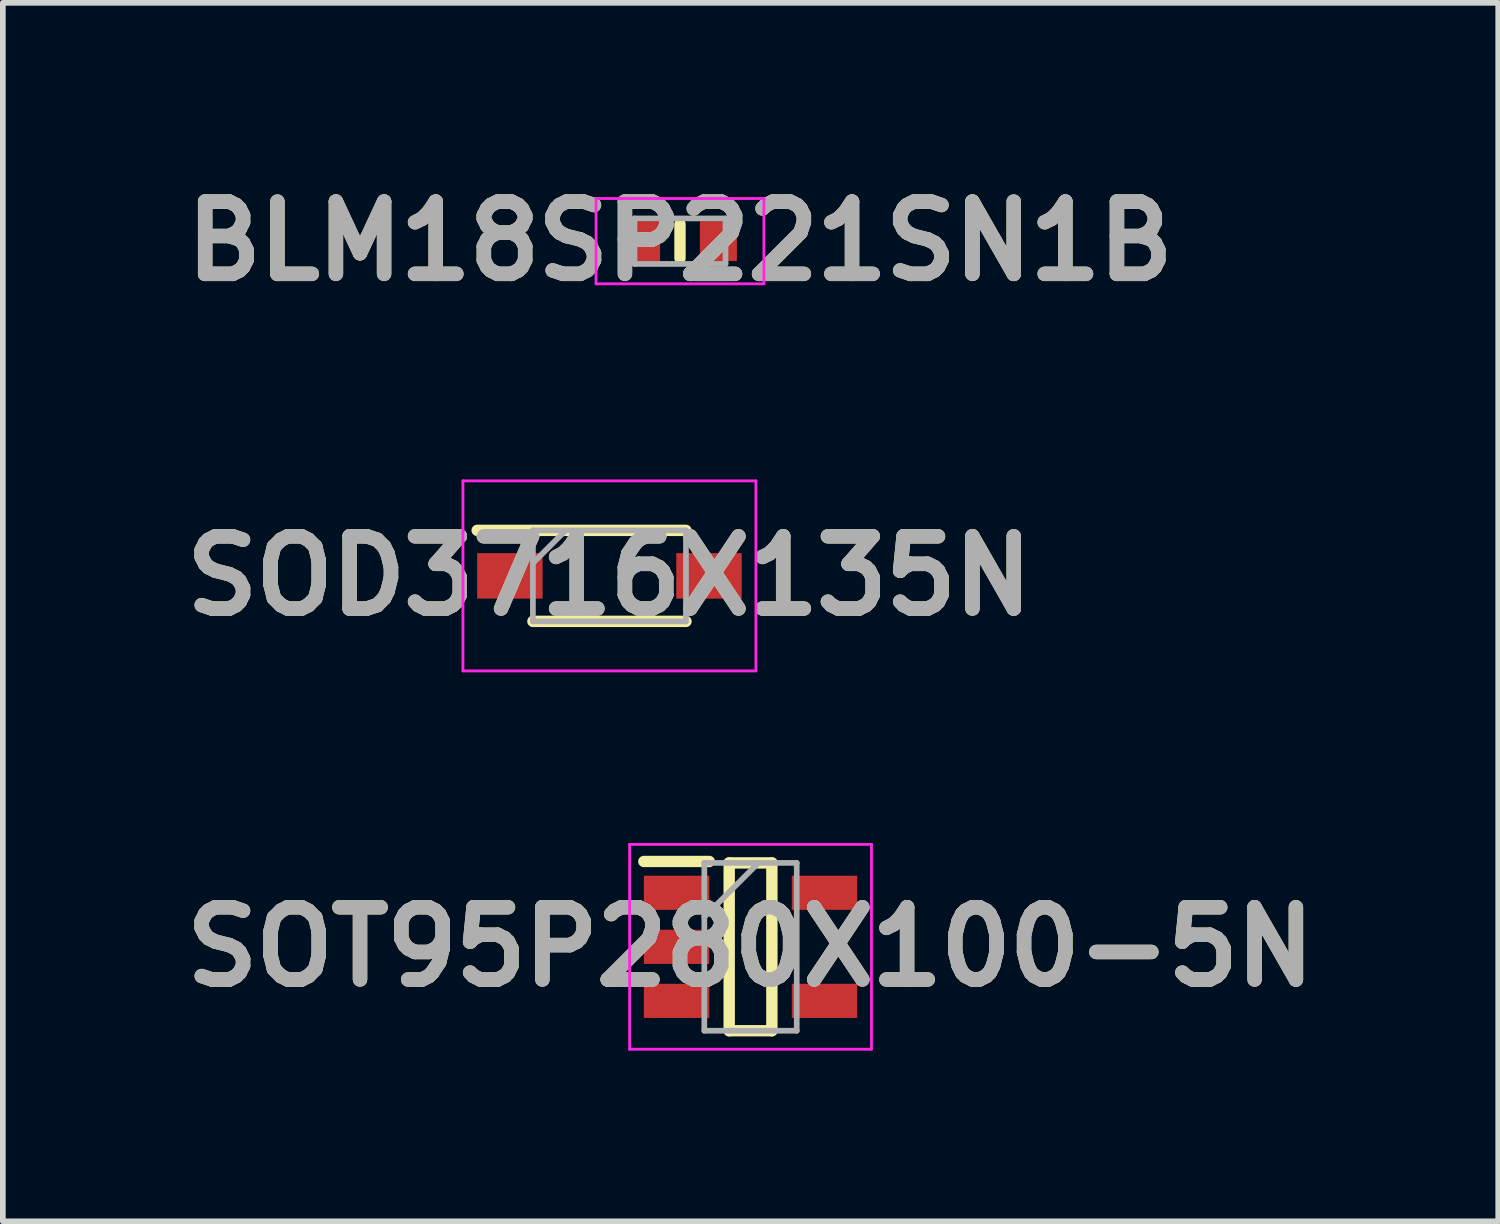
<source format=kicad_pcb>
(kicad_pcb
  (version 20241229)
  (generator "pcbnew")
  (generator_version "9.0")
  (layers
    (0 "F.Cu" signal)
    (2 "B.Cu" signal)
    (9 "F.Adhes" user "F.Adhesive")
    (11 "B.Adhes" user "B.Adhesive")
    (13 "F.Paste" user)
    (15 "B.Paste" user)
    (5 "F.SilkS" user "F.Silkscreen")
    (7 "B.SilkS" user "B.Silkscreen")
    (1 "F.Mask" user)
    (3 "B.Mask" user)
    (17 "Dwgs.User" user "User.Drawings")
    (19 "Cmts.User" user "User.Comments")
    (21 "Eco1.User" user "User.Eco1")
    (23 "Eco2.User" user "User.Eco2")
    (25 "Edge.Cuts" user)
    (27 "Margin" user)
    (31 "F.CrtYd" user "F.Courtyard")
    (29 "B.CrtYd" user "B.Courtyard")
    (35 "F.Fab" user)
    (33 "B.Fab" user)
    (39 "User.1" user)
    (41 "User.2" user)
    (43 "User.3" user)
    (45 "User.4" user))
  (footprint "SOD3716X135N"
    (layer "F.Cu")
    (at 7.662 7.072)
    (property "Reference" "SOD3716X135N" (at 0 0 0) (layer "F.SilkS") (effects (font (size 1.27 1.27) (thickness 0.254))))
    (attr smd)
    (fp_line (start -2.325 -0.8) (end 1.345 -0.8) (stroke (width 0.2) (type solid)) (layer "F.SilkS"))
    (fp_line (start -1.345 0.8) (end 1.345 0.8) (stroke (width 0.2) (type solid)) (layer "F.SilkS"))
    (fp_line (start -2.575 -1.67) (end 2.575 -1.67) (stroke (width 0.05) (type solid)) (layer "F.CrtYd"))
    (fp_line (start -2.575 1.67) (end -2.575 -1.67) (stroke (width 0.05) (type solid)) (layer "F.CrtYd"))
    (fp_line (start 2.575 -1.67) (end 2.575 1.67) (stroke (width 0.05) (type solid)) (layer "F.CrtYd"))
    (fp_line (start 2.575 1.67) (end -2.575 1.67) (stroke (width 0.05) (type solid)) (layer "F.CrtYd"))
    (fp_line (start -1.345 -0.8) (end 1.345 -0.8) (stroke (width 0.1) (type solid)) (layer "F.Fab"))
    (fp_line (start -1.345 -0.225) (end -0.77 -0.8) (stroke (width 0.1) (type solid)) (layer "F.Fab"))
    (fp_line (start -1.345 0.8) (end -1.345 -0.8) (stroke (width 0.1) (type solid)) (layer "F.Fab"))
    (fp_line (start 1.345 -0.8) (end 1.345 0.8) (stroke (width 0.1) (type solid)) (layer "F.Fab"))
    (fp_line (start 1.345 0.8) (end -1.345 0.8) (stroke (width 0.1) (type solid)) (layer "F.Fab"))
    (fp_text user "${REFERENCE}" (at 0 0 0) (layer "F.Fab") (effects (font (size 1.27 1.27) (thickness 0.254))))
    (pad "1" smd rect (at -1.75 0 90) (size 0.8 1.15) (layers "F.Cu" "F.Mask" "F.Paste"))
    (pad "2" smd rect (at 1.75 0 90) (size 0.8 1.15) (layers "F.Cu" "F.Mask" "F.Paste")))
  (footprint "SOT95P280X100-5N"
    (layer "F.Cu")
    (at 10.142 13.592)
    (property "Reference" "SOT95P280X100-5N" (at 0 0 0) (layer "F.SilkS") (effects (font (size 1.27 1.27) (thickness 0.254))))
    (attr smd)
    (fp_line (start -1.875 -1.5) (end -0.725 -1.5) (stroke (width 0.2) (type solid)) (layer "F.SilkS"))
    (fp_line (start -0.375 -1.475) (end 0.375 -1.475) (stroke (width 0.2) (type solid)) (layer "F.SilkS"))
    (fp_line (start -0.375 1.475) (end -0.375 -1.475) (stroke (width 0.2) (type solid)) (layer "F.SilkS"))
    (fp_line (start 0.375 -1.475) (end 0.375 1.475) (stroke (width 0.2) (type solid)) (layer "F.SilkS"))
    (fp_line (start 0.375 1.475) (end -0.375 1.475) (stroke (width 0.2) (type solid)) (layer "F.SilkS"))
    (fp_line (start -2.125 -1.8) (end 2.125 -1.8) (stroke (width 0.05) (type solid)) (layer "F.CrtYd"))
    (fp_line (start -2.125 1.8) (end -2.125 -1.8) (stroke (width 0.05) (type solid)) (layer "F.CrtYd"))
    (fp_line (start 2.125 -1.8) (end 2.125 1.8) (stroke (width 0.05) (type solid)) (layer "F.CrtYd"))
    (fp_line (start 2.125 1.8) (end -2.125 1.8) (stroke (width 0.05) (type solid)) (layer "F.CrtYd"))
    (fp_line (start -0.812 -1.475) (end 0.812 -1.475) (stroke (width 0.1) (type solid)) (layer "F.Fab"))
    (fp_line (start -0.812 -0.525) (end 0.138 -1.475) (stroke (width 0.1) (type solid)) (layer "F.Fab"))
    (fp_line (start -0.812 1.475) (end -0.812 -1.475) (stroke (width 0.1) (type solid)) (layer "F.Fab"))
    (fp_line (start 0.812 -1.475) (end 0.812 1.475) (stroke (width 0.1) (type solid)) (layer "F.Fab"))
    (fp_line (start 0.812 1.475) (end -0.812 1.475) (stroke (width 0.1) (type solid)) (layer "F.Fab"))
    (fp_text user "${REFERENCE}" (at 0 0 0) (layer "F.Fab") (effects (font (size 1.27 1.27) (thickness 0.254))))
    (pad "1" smd rect (at -1.3 -0.95 90) (size 0.6 1.15) (layers "F.Cu" "F.Mask" "F.Paste"))
    (pad "2" smd rect (at -1.3 0 90) (size 0.6 1.15) (layers "F.Cu" "F.Mask" "F.Paste"))
    (pad "3" smd rect (at -1.3 0.95 90) (size 0.6 1.15) (layers "F.Cu" "F.Mask" "F.Paste"))
    (pad "4" smd rect (at 1.3 0.95 90) (size 0.6 1.15) (layers "F.Cu" "F.Mask" "F.Paste"))
    (pad "5" smd rect (at 1.3 -0.95 90) (size 0.6 1.15) (layers "F.Cu" "F.Mask" "F.Paste")))
  (footprint "BLM18SP221SN1B"
    (layer "F.Cu")
    (at 8.902 1.189)
    (property "Reference" "BLM18SP221SN1B" (at 0 0 0) (layer "F.SilkS") (effects (font (size 1.27 1.27) (thickness 0.254))))
    (attr smd)
    (fp_line (start 0 -0.3) (end 0 0.3) (stroke (width 0.2) (type solid)) (layer "F.SilkS"))
    (fp_line (start -1.475 -0.75) (end 1.475 -0.75) (stroke (width 0.05) (type solid)) (layer "F.CrtYd"))
    (fp_line (start -1.475 0.75) (end -1.475 -0.75) (stroke (width 0.05) (type solid)) (layer "F.CrtYd"))
    (fp_line (start 1.475 -0.75) (end 1.475 0.75) (stroke (width 0.05) (type solid)) (layer "F.CrtYd"))
    (fp_line (start 1.475 0.75) (end -1.475 0.75) (stroke (width 0.05) (type solid)) (layer "F.CrtYd"))
    (fp_line (start -0.8 -0.4) (end 0.8 -0.4) (stroke (width 0.1) (type solid)) (layer "F.Fab"))
    (fp_line (start -0.8 0.4) (end -0.8 -0.4) (stroke (width 0.1) (type solid)) (layer "F.Fab"))
    (fp_line (start 0.8 -0.4) (end 0.8 0.4) (stroke (width 0.1) (type solid)) (layer "F.Fab"))
    (fp_line (start 0.8 0.4) (end -0.8 0.4) (stroke (width 0.1) (type solid)) (layer "F.Fab"))
    (fp_text user "${REFERENCE}" (at 0 0 0) (layer "F.Fab") (effects (font (size 1.27 1.27) (thickness 0.254))))
    (pad "1" smd rect (at -0.675 0) (size 0.65 0.7) (layers "F.Cu" "F.Mask" "F.Paste"))
    (pad "2" smd rect (at 0.675 0) (size 0.65 0.7) (layers "F.Cu" "F.Mask" "F.Paste")))
  (gr_rect
    (start -3 -3)
    (end 23.284 18.417)
    (stroke (width 0.1) (type default))
    (fill no)
    (layer "Edge.Cuts")))
</source>
